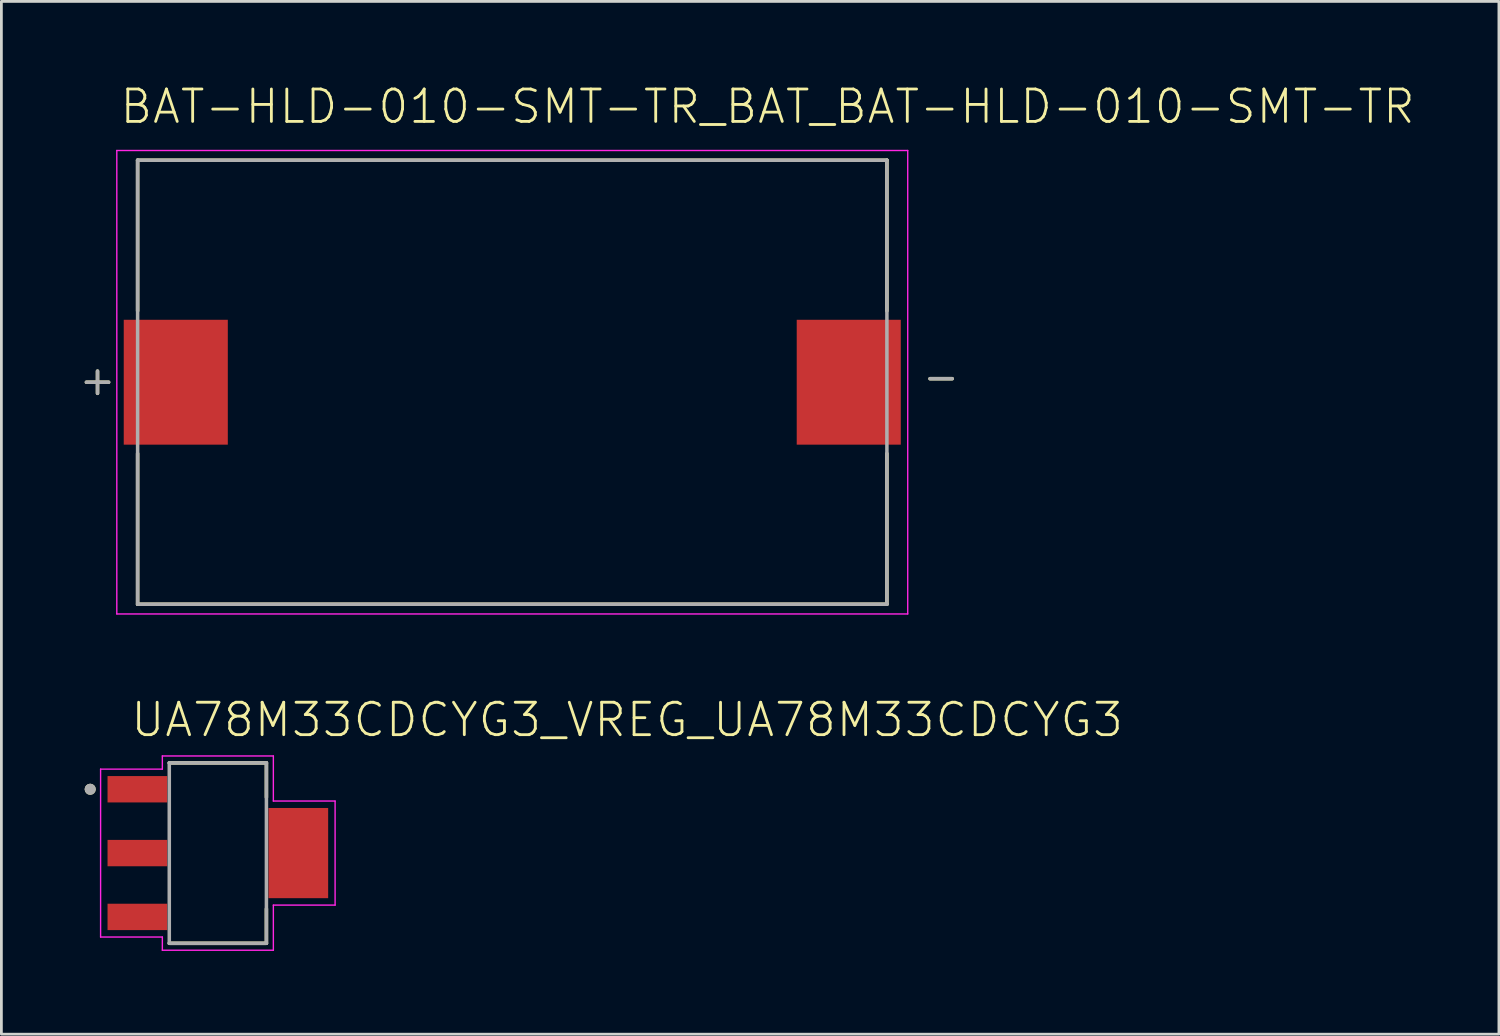
<source format=kicad_pcb>
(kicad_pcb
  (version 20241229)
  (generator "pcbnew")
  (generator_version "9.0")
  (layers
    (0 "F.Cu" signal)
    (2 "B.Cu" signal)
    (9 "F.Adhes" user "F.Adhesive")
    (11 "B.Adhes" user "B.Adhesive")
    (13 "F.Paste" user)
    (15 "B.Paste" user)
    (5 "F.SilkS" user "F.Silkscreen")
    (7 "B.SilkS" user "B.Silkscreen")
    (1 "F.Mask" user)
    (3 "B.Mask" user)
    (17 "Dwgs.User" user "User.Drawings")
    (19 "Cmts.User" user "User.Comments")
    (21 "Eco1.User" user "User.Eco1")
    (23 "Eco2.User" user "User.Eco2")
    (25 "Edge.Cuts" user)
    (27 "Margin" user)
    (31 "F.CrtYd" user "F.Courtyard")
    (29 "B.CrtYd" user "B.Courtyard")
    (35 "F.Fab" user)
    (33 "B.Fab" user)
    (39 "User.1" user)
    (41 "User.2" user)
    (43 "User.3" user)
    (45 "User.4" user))
  (footprint "UA78M33CDCYG3_VREG_UA78M33CDCYG3"
    (layer "F.Cu")
    (at 4.8 27.69)
    (property "Reference" "UA78M33CDCYG3_VREG_UA78M33CDCYG3" (at -3.2 -4.119 0) (unlocked yes) (layer "F.SilkS") (effects (font (size 1.168 1.168) (thickness 0.102)) (justify left bottom)))
    (fp_line (start -1.75 -3.25) (end 1.75 -3.25) (stroke (width 0.127) (type solid)) (layer "F.SilkS"))
    (fp_line (start -1.75 3.25) (end 1.75 3.25) (stroke (width 0.127) (type solid)) (layer "F.SilkS"))
    (fp_line (start 1.75 -3.25) (end 1.75 -2.01) (stroke (width 0.127) (type solid)) (layer "F.SilkS"))
    (fp_line (start 1.75 3.25) (end 1.75 2.01) (stroke (width 0.127) (type solid)) (layer "F.SilkS"))
    (fp_circle (center -4.6 -2.3) (end -4.5 -2.3) (stroke (width 0.2) (type solid)) (fill no) (layer "F.SilkS"))
    (fp_line (start -4.225 -3.025) (end -4.225 3.025) (stroke (width 0.05) (type solid)) (layer "F.CrtYd"))
    (fp_line (start -4.225 3.025) (end -2 3.025) (stroke (width 0.05) (type solid)) (layer "F.CrtYd"))
    (fp_line (start -2 -3.5) (end -2 -3.025) (stroke (width 0.05) (type solid)) (layer "F.CrtYd"))
    (fp_line (start -2 -3.025) (end -4.225 -3.025) (stroke (width 0.05) (type solid)) (layer "F.CrtYd"))
    (fp_line (start -2 3.025) (end -2 3.5) (stroke (width 0.05) (type solid)) (layer "F.CrtYd"))
    (fp_line (start -2 3.5) (end 2 3.5) (stroke (width 0.05) (type solid)) (layer "F.CrtYd"))
    (fp_line (start 2 -3.5) (end -2 -3.5) (stroke (width 0.05) (type solid)) (layer "F.CrtYd"))
    (fp_line (start 2 -1.875) (end 2 -3.5) (stroke (width 0.05) (type solid)) (layer "F.CrtYd"))
    (fp_line (start 2 1.875) (end 4.225 1.875) (stroke (width 0.05) (type solid)) (layer "F.CrtYd"))
    (fp_line (start 2 3.5) (end 2 1.875) (stroke (width 0.05) (type solid)) (layer "F.CrtYd"))
    (fp_line (start 4.225 -1.875) (end 2 -1.875) (stroke (width 0.05) (type solid)) (layer "F.CrtYd"))
    (fp_line (start 4.225 1.875) (end 4.225 -1.875) (stroke (width 0.05) (type solid)) (layer "F.CrtYd"))
    (fp_line (start -1.75 -3.25) (end -1.75 3.25) (stroke (width 0.127) (type solid)) (layer "F.Fab"))
    (fp_line (start 1.75 -3.25) (end -1.75 -3.25) (stroke (width 0.127) (type solid)) (layer "F.Fab"))
    (fp_line (start 1.75 -3.25) (end 1.75 3.25) (stroke (width 0.127) (type solid)) (layer "F.Fab"))
    (fp_line (start 1.75 3.25) (end -1.75 3.25) (stroke (width 0.127) (type solid)) (layer "F.Fab"))
    (fp_circle (center -4.6 -2.3) (end -4.5 -2.3) (stroke (width 0.2) (type solid)) (fill no) (layer "F.Fab"))
    (pad "1" smd rect (at -2.9 -2.3) (size 2.15 0.95) (layers "F.Cu" "F.Mask" "F.Paste"))
    (pad "2" smd rect (at -2.9 0) (size 2.15 0.95) (layers "F.Cu" "F.Mask" "F.Paste"))
    (pad "3" smd rect (at -2.9 2.3) (size 2.15 0.95) (layers "F.Cu" "F.Mask" "F.Paste"))
    (pad "4" smd rect (at 2.9 0) (size 2.15 3.25) (layers "F.Cu" "F.Mask" "F.Paste")))
  (footprint "BAT-HLD-010-SMT-TR_BAT_BAT-HLD-010-SMT-TR"
    (layer "F.Cu")
    (at 15.409 10.723)
    (property "Reference" "BAT-HLD-010-SMT-TR_BAT_BAT-HLD-010-SMT-TR" (at -14.198 -9.25 0) (unlocked yes) (layer "F.SilkS") (effects (font (size 1.168 1.168) (thickness 0.102)) (justify left bottom)))
    (fp_line (start -15.345 0) (end -14.545 0) (stroke (width 0.127) (type solid)) (layer "F.SilkS"))
    (fp_line (start -14.945 -0.4) (end -14.945 0.4) (stroke (width 0.127) (type solid)) (layer "F.SilkS"))
    (fp_line (start -13.5 -8) (end 13.5 -8) (stroke (width 0.127) (type solid)) (layer "F.SilkS"))
    (fp_line (start -13.5 -2.57) (end -13.5 -8) (stroke (width 0.127) (type solid)) (layer "F.SilkS"))
    (fp_line (start -13.5 8) (end -13.5 2.57) (stroke (width 0.127) (type solid)) (layer "F.SilkS"))
    (fp_line (start 13.5 -8) (end 13.5 -2.57) (stroke (width 0.127) (type solid)) (layer "F.SilkS"))
    (fp_line (start 13.5 8) (end -13.5 8) (stroke (width 0.127) (type solid)) (layer "F.SilkS"))
    (fp_line (start 13.5 8) (end 13.5 2.57) (stroke (width 0.127) (type solid)) (layer "F.SilkS"))
    (fp_line (start 15.853 -0.127) (end 15.053 -0.127) (stroke (width 0.127) (type solid)) (layer "F.SilkS"))
    (fp_line (start -14.25 -8.35) (end -14.25 8.35) (stroke (width 0.05) (type solid)) (layer "F.CrtYd"))
    (fp_line (start -14.25 8.35) (end 14.25 8.35) (stroke (width 0.05) (type solid)) (layer "F.CrtYd"))
    (fp_line (start 14.25 -8.35) (end -14.25 -8.35) (stroke (width 0.05) (type solid)) (layer "F.CrtYd"))
    (fp_line (start 14.25 8.35) (end 14.25 -8.35) (stroke (width 0.05) (type solid)) (layer "F.CrtYd"))
    (fp_line (start -15.345 0) (end -14.545 0) (stroke (width 0.127) (type solid)) (layer "F.Fab"))
    (fp_line (start -14.945 -0.4) (end -14.945 0.4) (stroke (width 0.127) (type solid)) (layer "F.Fab"))
    (fp_line (start -13.5 -8) (end 13.5 -8) (stroke (width 0.127) (type solid)) (layer "F.Fab"))
    (fp_line (start -13.5 8) (end -13.5 -8) (stroke (width 0.127) (type solid)) (layer "F.Fab"))
    (fp_line (start 13.5 -8) (end 13.5 8) (stroke (width 0.127) (type solid)) (layer "F.Fab"))
    (fp_line (start 13.5 8) (end -13.5 8) (stroke (width 0.127) (type solid)) (layer "F.Fab"))
    (fp_line (start 15.853 -0.127) (end 15.053 -0.127) (stroke (width 0.127) (type solid)) (layer "F.Fab"))
    (pad "N" smd rect (at 12.125 0) (size 3.75 4.5) (layers "F.Cu" "F.Mask" "F.Paste"))
    (pad "P" smd rect (at -12.125 0) (size 3.75 4.5) (layers "F.Cu" "F.Mask" "F.Paste")))
  (gr_rect
    (start -3 -3)
    (end 50.962 34.215)
    (stroke (width 0.1) (type default))
    (fill no)
    (layer "Edge.Cuts")))
</source>
